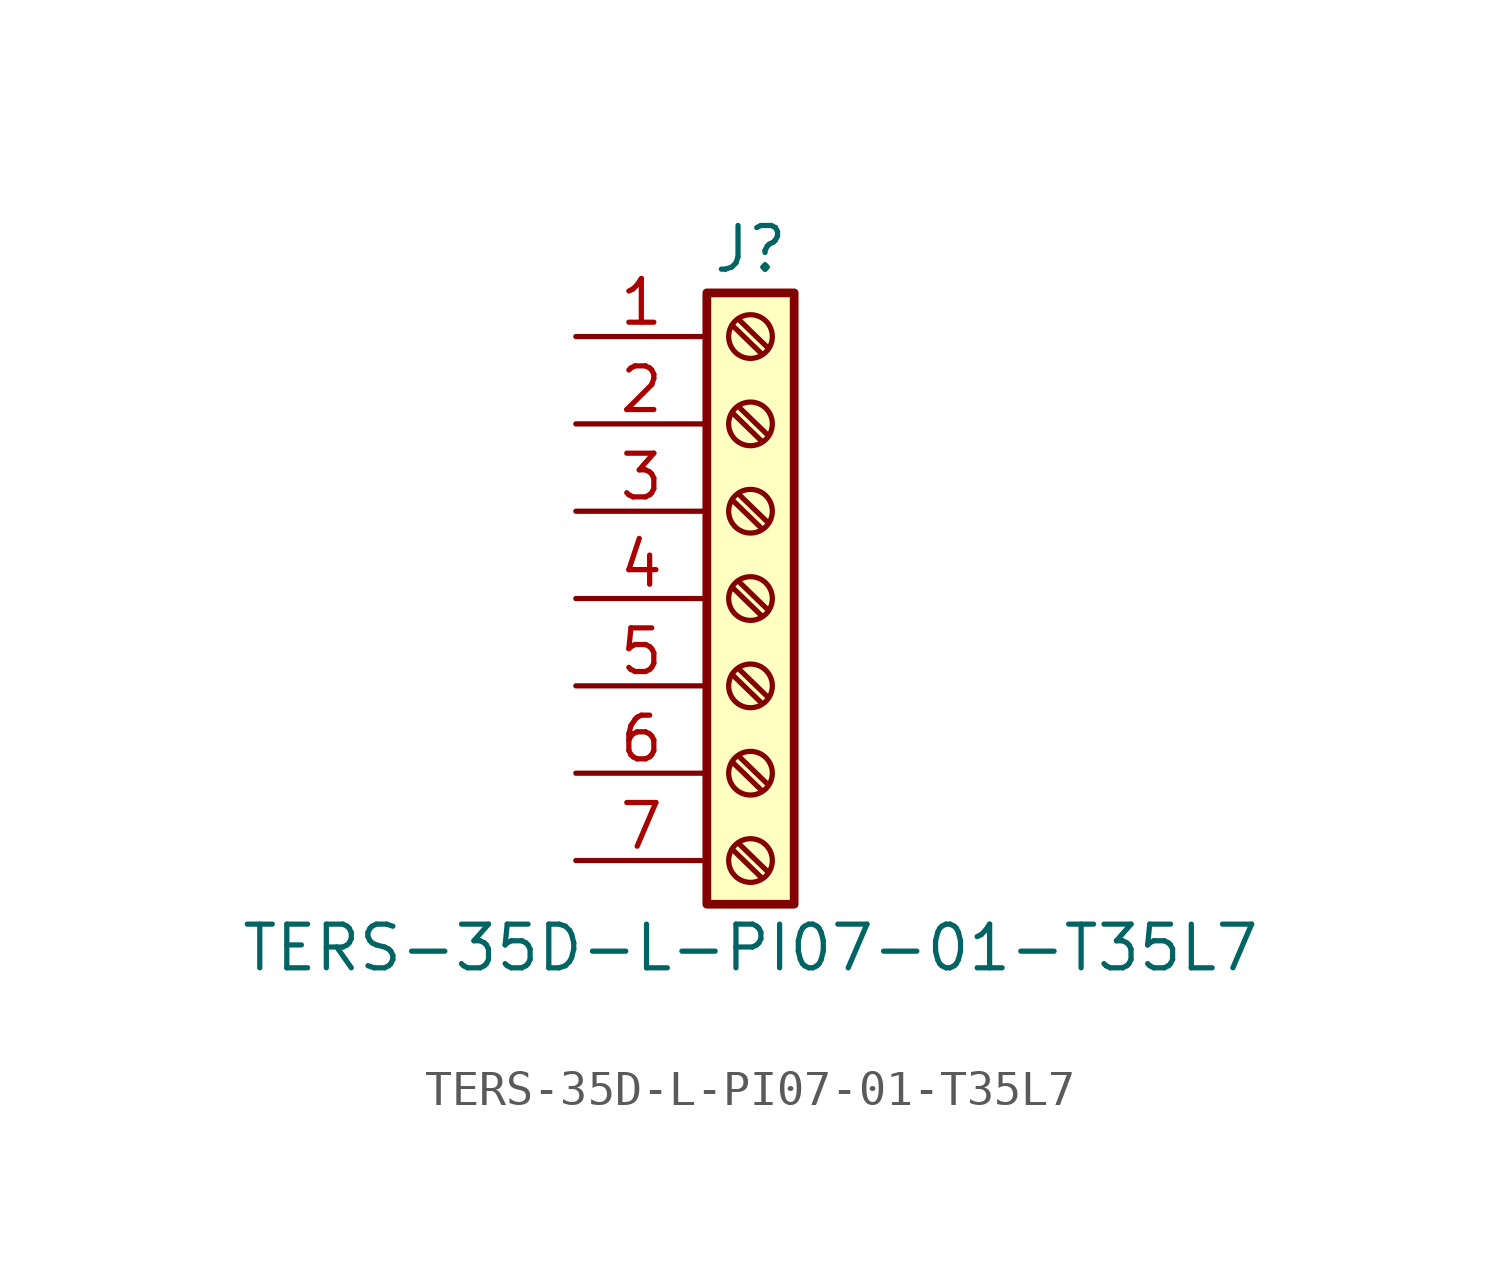
<source format=kicad_sym>
(kicad_symbol_lib
  (version 20211014)
  (generator kicad_symbol_editor)
  (symbol "TERS-35D-L-PI07-01-T35L7"
    (pin_names
      (offset 1.016) hide)
    (property "Reference" "J"
      (at 0 10.16 0)
      (effects (font (size 1.27 1.27))))
    (property "Value" "TERS-35D-L-PI07-01-T35L7"
      (at 0 -10.16 0)
      (effects (font (size 1.27 1.27))))
    (symbol "TERS-35D-L-PI07-01-T35L7_1_1"
      (rectangle (start -1.27 8.89) (end 1.27 -8.89) (stroke (width 0.254) (type default) (color 0 0 0 0)) (fill (type background)))
      (circle (center 0 -7.62) (radius 0.635) (stroke (width 0.152) (type default) (color 0 0 0 0)) (fill (type none)))
      (circle (center 0 -5.08) (radius 0.635) (stroke (width 0.152) (type default) (color 0 0 0 0)) (fill (type none)))
      (circle (center 0 -2.54) (radius 0.635) (stroke (width 0.152) (type default) (color 0 0 0 0)) (fill (type none)))
      (polyline (pts (xy -0.533 -7.29) (xy 0.33 -8.128)) (stroke (width 0.152) (type default) (color 0 0 0 0)) (fill (type none)))
      (polyline (pts (xy -0.533 -4.75) (xy 0.33 -5.588)) (stroke (width 0.152) (type default) (color 0 0 0 0)) (fill (type none)))
      (polyline (pts (xy -0.533 -2.21) (xy 0.33 -3.048)) (stroke (width 0.152) (type default) (color 0 0 0 0)) (fill (type none)))
      (polyline (pts (xy -0.533 0.33) (xy 0.33 -0.508)) (stroke (width 0.152) (type default) (color 0 0 0 0)) (fill (type none)))
      (polyline (pts (xy -0.533 2.87) (xy 0.33 2.032)) (stroke (width 0.152) (type default) (color 0 0 0 0)) (fill (type none)))
      (polyline (pts (xy -0.533 5.41) (xy 0.33 4.572)) (stroke (width 0.152) (type default) (color 0 0 0 0)) (fill (type none)))
      (polyline (pts (xy -0.533 7.95) (xy 0.33 7.112)) (stroke (width 0.152) (type default) (color 0 0 0 0)) (fill (type none)))
      (polyline (pts (xy -0.356 -7.112) (xy 0.508 -7.95)) (stroke (width 0.152) (type default) (color 0 0 0 0)) (fill (type none)))
      (polyline (pts (xy -0.356 -4.572) (xy 0.508 -5.41)) (stroke (width 0.152) (type default) (color 0 0 0 0)) (fill (type none)))
      (polyline (pts (xy -0.356 -2.032) (xy 0.508 -2.87)) (stroke (width 0.152) (type default) (color 0 0 0 0)) (fill (type none)))
      (polyline (pts (xy -0.356 0.508) (xy 0.508 -0.33)) (stroke (width 0.152) (type default) (color 0 0 0 0)) (fill (type none)))
      (polyline (pts (xy -0.356 3.048) (xy 0.508 2.21)) (stroke (width 0.152) (type default) (color 0 0 0 0)) (fill (type none)))
      (polyline (pts (xy -0.356 5.588) (xy 0.508 4.75)) (stroke (width 0.152) (type default) (color 0 0 0 0)) (fill (type none)))
      (polyline (pts (xy -0.356 8.128) (xy 0.508 7.29)) (stroke (width 0.152) (type default) (color 0 0 0 0)) (fill (type none)))
      (circle (center 0 0) (radius 0.635) (stroke (width 0.152) (type default) (color 0 0 0 0)) (fill (type none)))
      (circle (center 0 2.54) (radius 0.635) (stroke (width 0.152) (type default) (color 0 0 0 0)) (fill (type none)))
      (circle (center 0 5.08) (radius 0.635) (stroke (width 0.152) (type default) (color 0 0 0 0)) (fill (type none)))
      (circle (center 0 7.62) (radius 0.635) (stroke (width 0.152) (type default) (color 0 0 0 0)) (fill (type none)))
      (pin passive line (at -5.08 7.62 0) (length 3.81) (name "Pin_1" (effects (font (size 1.27 1.27)))) (number "1" (effects (font (size 1.27 1.27)))))
      (pin passive line (at -5.08 5.08 0) (length 3.81) (name "Pin_2" (effects (font (size 1.27 1.27)))) (number "2" (effects (font (size 1.27 1.27)))))
      (pin passive line (at -5.08 2.54 0) (length 3.81) (name "Pin_3" (effects (font (size 1.27 1.27)))) (number "3" (effects (font (size 1.27 1.27)))))
      (pin passive line (at -5.08 0 0) (length 3.81) (name "Pin_4" (effects (font (size 1.27 1.27)))) (number "4" (effects (font (size 1.27 1.27)))))
      (pin passive line (at -5.08 -2.54 0) (length 3.81) (name "Pin_5" (effects (font (size 1.27 1.27)))) (number "5" (effects (font (size 1.27 1.27)))))
      (pin passive line (at -5.08 -5.08 0) (length 3.81) (name "Pin_6" (effects (font (size 1.27 1.27)))) (number "6" (effects (font (size 1.27 1.27)))))
      (pin passive line (at -5.08 -7.62 0) (length 3.81) (name "Pin_7" (effects (font (size 1.27 1.27)))) (number "7" (effects (font (size 1.27 1.27))))))))
</source>
